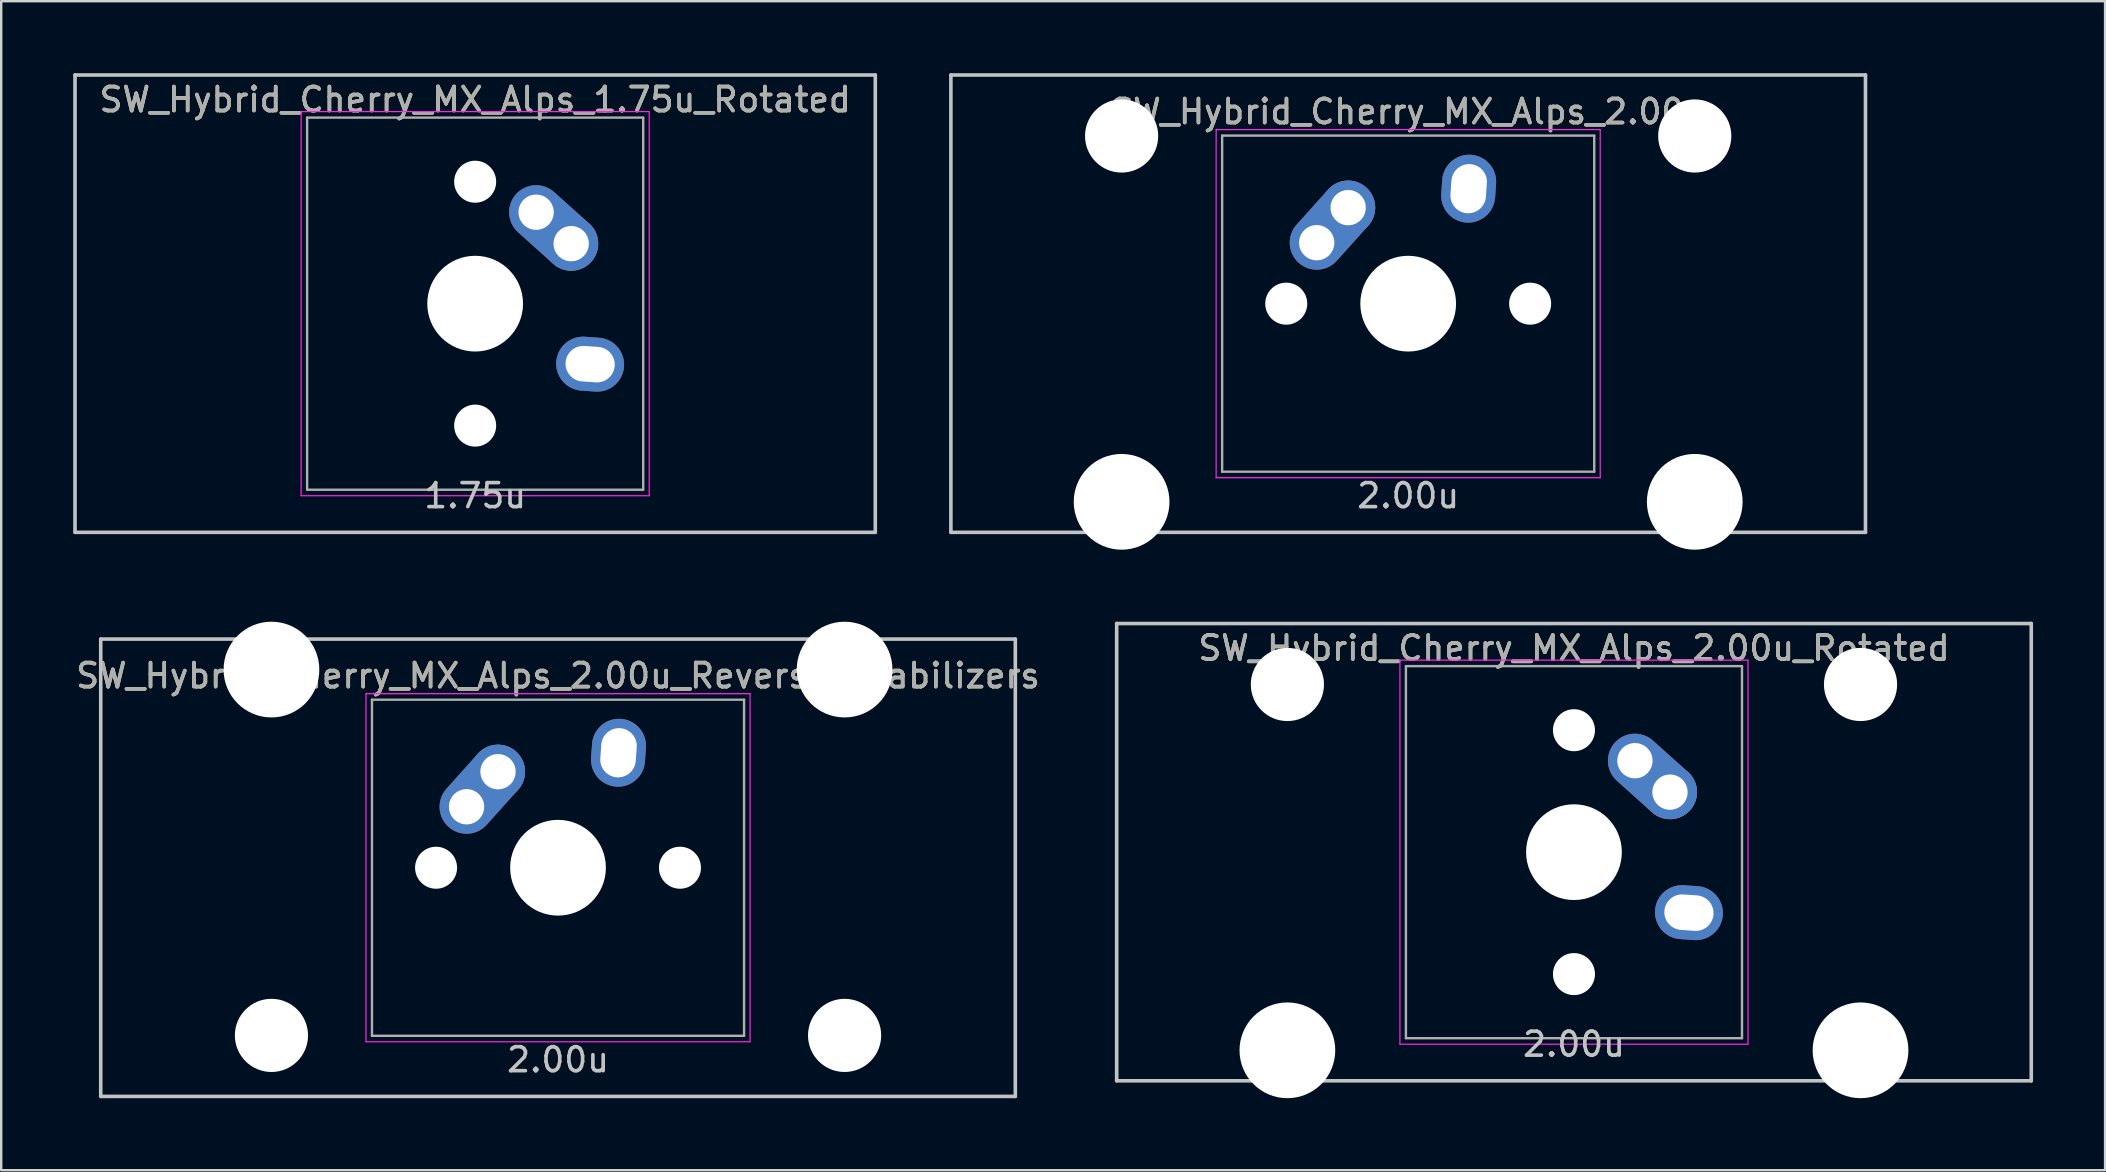
<source format=kicad_pcb>
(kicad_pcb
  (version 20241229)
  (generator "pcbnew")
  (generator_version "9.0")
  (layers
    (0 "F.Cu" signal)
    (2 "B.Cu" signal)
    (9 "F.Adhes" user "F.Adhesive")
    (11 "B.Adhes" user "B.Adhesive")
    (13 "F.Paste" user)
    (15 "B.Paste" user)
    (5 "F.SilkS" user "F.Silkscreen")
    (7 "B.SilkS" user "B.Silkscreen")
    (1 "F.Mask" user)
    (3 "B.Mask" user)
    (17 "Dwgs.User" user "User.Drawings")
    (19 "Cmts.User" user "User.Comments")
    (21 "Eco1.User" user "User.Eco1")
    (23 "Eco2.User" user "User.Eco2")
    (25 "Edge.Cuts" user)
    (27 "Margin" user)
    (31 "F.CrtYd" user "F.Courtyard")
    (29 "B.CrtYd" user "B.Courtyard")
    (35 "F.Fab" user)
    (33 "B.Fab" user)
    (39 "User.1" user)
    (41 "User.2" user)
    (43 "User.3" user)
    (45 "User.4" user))
  (footprint "SW_Hybrid_Cherry_MX_Alps_2.00u_Rotated"
    (layer "F.Cu")
    (at 62.518 32.449)
    (property "Reference" "SW_Hybrid_Cherry_MX_Alps_2.00u_Rotated" (at 0 -8.5 0) (layer "F.SilkS") (effects (font (size 1 1) (thickness 0.15))))
    (attr through_hole)
    (fp_line (start -19.05 -9.525) (end 19.05 -9.525) (stroke (width 0.15) (type solid)) (layer "Dwgs.User"))
    (fp_line (start -19.05 9.525) (end -19.05 -9.525) (stroke (width 0.15) (type solid)) (layer "Dwgs.User"))
    (fp_line (start -19.05 9.525) (end 19.05 9.525) (stroke (width 0.15) (type solid)) (layer "Dwgs.User"))
    (fp_line (start 19.05 -9.525) (end 19.05 9.525) (stroke (width 0.15) (type solid)) (layer "Dwgs.User"))
    (fp_line (start -7.25 -8) (end 7.25 -8) (stroke (width 0.05) (type solid)) (layer "F.CrtYd"))
    (fp_line (start -7.25 8) (end -7.25 -8) (stroke (width 0.05) (type solid)) (layer "F.CrtYd"))
    (fp_line (start 7.25 -8) (end 7.25 8) (stroke (width 0.05) (type solid)) (layer "F.CrtYd"))
    (fp_line (start 7.25 8) (end -7.25 8) (stroke (width 0.05) (type solid)) (layer "F.CrtYd"))
    (fp_line (start -7 -7.75) (end 7 -7.75) (stroke (width 0.1) (type solid)) (layer "F.Fab"))
    (fp_line (start -7 7.75) (end -7 -7.75) (stroke (width 0.1) (type solid)) (layer "F.Fab"))
    (fp_line (start 7 -7.75) (end 7 7.75) (stroke (width 0.1) (type solid)) (layer "F.Fab"))
    (fp_line (start 7 7.75) (end -7 7.75) (stroke (width 0.1) (type solid)) (layer "F.Fab"))
    (fp_text user "2.00u" (at 0 8 0) (layer "Dwgs.User") (effects (font (size 1 1) (thickness 0.15))))
    (fp_text user "${REFERENCE}" (at 0 -8.5 0) (layer "F.Fab") (effects (font (size 1 1) (thickness 0.15))))
    (pad "" np_thru_hole circle (at -11.938 -6.985) (size 3.048 3.048) (drill 3.048) (layers "*.Cu" "*.Mask"))
    (pad "" np_thru_hole circle (at -11.938 8.255) (size 3.988 3.988) (drill 3.988) (layers "*.Cu" "*.Mask"))
    (pad "" np_thru_hole circle (at 0 -5.08 318.1) (size 1.75 1.75) (drill 1.75) (layers "*.Cu" "*.Mask"))
    (pad "" np_thru_hole circle (at 0 0 270) (size 3.988 3.988) (drill 3.988) (layers "*.Cu" "*.Mask"))
    (pad "" np_thru_hole circle (at 0 5.08 318.1) (size 1.75 1.75) (drill 1.75) (layers "*.Cu" "*.Mask"))
    (pad "" np_thru_hole circle (at 11.938 -6.985) (size 3.048 3.048) (drill 3.048) (layers "*.Cu" "*.Mask"))
    (pad "" np_thru_hole circle (at 11.938 8.255) (size 3.988 3.988) (drill 3.988) (layers "*.Cu" "*.Mask"))
    (pad "1" thru_hole oval (at 2.54 -3.81 318.1) (size 4.212 2.25) (drill 1.47 (offset 0.981 0)) (layers "*.Cu" "B.Mask"))
    (pad "1" thru_hole circle (at 4 -2.5 270) (size 2.25 2.25) (drill 1.47) (layers "*.Cu" "B.Mask"))
    (pad "2" thru_hole oval (at 4.79 2.52 356) (size 2.831 2.25) (drill oval 2.051 1.48) (layers "*.Cu" "B.Mask")))
  (footprint "SW_Hybrid_Cherry_MX_Alps_1.75u_Rotated"
    (layer "F.Cu")
    (at 16.744 9.6)
    (property "Reference" "SW_Hybrid_Cherry_MX_Alps_1.75u_Rotated" (at 0 -8.5 0) (layer "F.SilkS") (effects (font (size 1 1) (thickness 0.15))))
    (attr through_hole)
    (fp_line (start -16.669 -9.525) (end 16.669 -9.525) (stroke (width 0.15) (type solid)) (layer "Dwgs.User"))
    (fp_line (start -16.669 9.525) (end -16.669 -9.525) (stroke (width 0.15) (type solid)) (layer "Dwgs.User"))
    (fp_line (start 16.669 -9.525) (end 16.669 9.525) (stroke (width 0.15) (type solid)) (layer "Dwgs.User"))
    (fp_line (start 16.669 9.525) (end -16.669 9.525) (stroke (width 0.15) (type solid)) (layer "Dwgs.User"))
    (fp_line (start -7.25 -8) (end 7.25 -8) (stroke (width 0.05) (type solid)) (layer "F.CrtYd"))
    (fp_line (start -7.25 8) (end -7.25 -8) (stroke (width 0.05) (type solid)) (layer "F.CrtYd"))
    (fp_line (start 7.25 -8) (end 7.25 8) (stroke (width 0.05) (type solid)) (layer "F.CrtYd"))
    (fp_line (start 7.25 8) (end -7.25 8) (stroke (width 0.05) (type solid)) (layer "F.CrtYd"))
    (fp_line (start -7 -7.75) (end 7 -7.75) (stroke (width 0.1) (type solid)) (layer "F.Fab"))
    (fp_line (start -7 7.75) (end -7 -7.75) (stroke (width 0.1) (type solid)) (layer "F.Fab"))
    (fp_line (start 7 -7.75) (end 7 7.75) (stroke (width 0.1) (type solid)) (layer "F.Fab"))
    (fp_line (start 7 7.75) (end -7 7.75) (stroke (width 0.1) (type solid)) (layer "F.Fab"))
    (fp_text user "1.75u" (at 0 8 0) (layer "Dwgs.User") (effects (font (size 1 1) (thickness 0.15))))
    (fp_text user "${REFERENCE}" (at 0 -8.5 0) (layer "F.Fab") (effects (font (size 1 1) (thickness 0.15))))
    (pad "" np_thru_hole circle (at 0 -5.08 318.1) (size 1.75 1.75) (drill 1.75) (layers "*.Cu" "*.Mask"))
    (pad "" np_thru_hole circle (at 0 0 270) (size 3.988 3.988) (drill 3.988) (layers "*.Cu" "*.Mask"))
    (pad "" np_thru_hole circle (at 0 5.08 318.1) (size 1.75 1.75) (drill 1.75) (layers "*.Cu" "*.Mask"))
    (pad "1" thru_hole oval (at 2.54 -3.81 318.1) (size 4.212 2.25) (drill 1.47 (offset 0.981 0)) (layers "*.Cu" "B.Mask"))
    (pad "1" thru_hole circle (at 4 -2.5 270) (size 2.25 2.25) (drill 1.47) (layers "*.Cu" "B.Mask"))
    (pad "2" thru_hole oval (at 4.79 2.52 356) (size 2.831 2.25) (drill oval 2.051 1.48) (layers "*.Cu" "B.Mask")))
  (footprint "SW_Hybrid_Cherry_MX_Alps_2.00u_ReversedStabilizers"
    (layer "F.Cu")
    (at 20.196 33.098)
    (property "Reference" "SW_Hybrid_Cherry_MX_Alps_2.00u_ReversedStabilizers" (at 0 -8 0) (layer "F.SilkS") (effects (font (size 1 1) (thickness 0.15))))
    (attr through_hole)
    (fp_line (start -19.05 -9.525) (end 19.05 -9.525) (stroke (width 0.15) (type solid)) (layer "Dwgs.User"))
    (fp_line (start -19.05 9.525) (end -19.05 -9.525) (stroke (width 0.15) (type solid)) (layer "Dwgs.User"))
    (fp_line (start -19.05 9.525) (end 19.05 9.525) (stroke (width 0.15) (type solid)) (layer "Dwgs.User"))
    (fp_line (start 19.05 -9.525) (end 19.05 9.525) (stroke (width 0.15) (type solid)) (layer "Dwgs.User"))
    (fp_line (start -8 -7.25) (end 8 -7.25) (stroke (width 0.05) (type solid)) (layer "F.CrtYd"))
    (fp_line (start -8 7.25) (end -8 -7.25) (stroke (width 0.05) (type solid)) (layer "F.CrtYd"))
    (fp_line (start 8 -7.25) (end 8 7.25) (stroke (width 0.05) (type solid)) (layer "F.CrtYd"))
    (fp_line (start 8 7.25) (end -8 7.25) (stroke (width 0.05) (type solid)) (layer "F.CrtYd"))
    (fp_line (start -7.75 -7) (end 7.75 -7) (stroke (width 0.1) (type solid)) (layer "F.Fab"))
    (fp_line (start -7.75 7) (end -7.75 -7) (stroke (width 0.1) (type solid)) (layer "F.Fab"))
    (fp_line (start 7.75 -7) (end 7.75 7) (stroke (width 0.1) (type solid)) (layer "F.Fab"))
    (fp_line (start 7.75 7) (end -7.75 7) (stroke (width 0.1) (type solid)) (layer "F.Fab"))
    (fp_text user "2.00u" (at 0 8 0) (layer "Dwgs.User") (effects (font (size 1 1) (thickness 0.15))))
    (fp_text user "${REFERENCE}" (at 0 -8 0) (layer "F.Fab") (effects (font (size 1 1) (thickness 0.15))))
    (pad "" np_thru_hole circle (at -11.938 -8.255) (size 3.988 3.988) (drill 3.988) (layers "*.Cu" "*.Mask"))
    (pad "" np_thru_hole circle (at -11.938 6.985) (size 3.048 3.048) (drill 3.048) (layers "*.Cu" "*.Mask"))
    (pad "" np_thru_hole circle (at -5.08 0 48.1) (size 1.75 1.75) (drill 1.75) (layers "*.Cu" "*.Mask"))
    (pad "" np_thru_hole circle (at 0 0) (size 3.988 3.988) (drill 3.988) (layers "*.Cu" "*.Mask"))
    (pad "" np_thru_hole circle (at 5.08 0 48.1) (size 1.75 1.75) (drill 1.75) (layers "*.Cu" "*.Mask"))
    (pad "" np_thru_hole circle (at 11.938 -8.255) (size 3.988 3.988) (drill 3.988) (layers "*.Cu" "*.Mask"))
    (pad "" np_thru_hole circle (at 11.938 6.985) (size 3.048 3.048) (drill 3.048) (layers "*.Cu" "*.Mask"))
    (pad "1" thru_hole oval (at -3.81 -2.54 48.1) (size 4.212 2.25) (drill 1.47 (offset 0.981 0)) (layers "*.Cu" "B.Mask"))
    (pad "1" thru_hole circle (at -2.5 -4) (size 2.25 2.25) (drill 1.47) (layers "*.Cu" "B.Mask"))
    (pad "2" thru_hole oval (at 2.52 -4.79 86) (size 2.831 2.25) (drill oval 2.051 1.48) (layers "*.Cu" "B.Mask")))
  (footprint "SW_Hybrid_Cherry_MX_Alps_2.00u"
    (layer "F.Cu")
    (at 55.612 9.6)
    (property "Reference" "SW_Hybrid_Cherry_MX_Alps_2.00u" (at 0 -8 0) (layer "F.SilkS") (effects (font (size 1 1) (thickness 0.15))))
    (attr through_hole)
    (fp_line (start -19.05 -9.525) (end 19.05 -9.525) (stroke (width 0.15) (type solid)) (layer "Dwgs.User"))
    (fp_line (start -19.05 9.525) (end -19.05 -9.525) (stroke (width 0.15) (type solid)) (layer "Dwgs.User"))
    (fp_line (start -19.05 9.525) (end 19.05 9.525) (stroke (width 0.15) (type solid)) (layer "Dwgs.User"))
    (fp_line (start 19.05 -9.525) (end 19.05 9.525) (stroke (width 0.15) (type solid)) (layer "Dwgs.User"))
    (fp_line (start -8 -7.25) (end 8 -7.25) (stroke (width 0.05) (type solid)) (layer "F.CrtYd"))
    (fp_line (start -8 7.25) (end -8 -7.25) (stroke (width 0.05) (type solid)) (layer "F.CrtYd"))
    (fp_line (start 8 -7.25) (end 8 7.25) (stroke (width 0.05) (type solid)) (layer "F.CrtYd"))
    (fp_line (start 8 7.25) (end -8 7.25) (stroke (width 0.05) (type solid)) (layer "F.CrtYd"))
    (fp_line (start -7.75 -7) (end 7.75 -7) (stroke (width 0.1) (type solid)) (layer "F.Fab"))
    (fp_line (start -7.75 7) (end -7.75 -7) (stroke (width 0.1) (type solid)) (layer "F.Fab"))
    (fp_line (start 7.75 -7) (end 7.75 7) (stroke (width 0.1) (type solid)) (layer "F.Fab"))
    (fp_line (start 7.75 7) (end -7.75 7) (stroke (width 0.1) (type solid)) (layer "F.Fab"))
    (fp_text user "2.00u" (at 0 8 0) (layer "Dwgs.User") (effects (font (size 1 1) (thickness 0.15))))
    (fp_text user "${REFERENCE}" (at 0 -8 0) (layer "F.Fab") (effects (font (size 1 1) (thickness 0.15))))
    (pad "" np_thru_hole circle (at -11.938 -6.985) (size 3.048 3.048) (drill 3.048) (layers "*.Cu" "*.Mask"))
    (pad "" np_thru_hole circle (at -11.938 8.255) (size 3.988 3.988) (drill 3.988) (layers "*.Cu" "*.Mask"))
    (pad "" np_thru_hole circle (at -5.08 0 48.1) (size 1.75 1.75) (drill 1.75) (layers "*.Cu" "*.Mask"))
    (pad "" np_thru_hole circle (at 0 0) (size 3.988 3.988) (drill 3.988) (layers "*.Cu" "*.Mask"))
    (pad "" np_thru_hole circle (at 5.08 0 48.1) (size 1.75 1.75) (drill 1.75) (layers "*.Cu" "*.Mask"))
    (pad "" np_thru_hole circle (at 11.938 -6.985) (size 3.048 3.048) (drill 3.048) (layers "*.Cu" "*.Mask"))
    (pad "" np_thru_hole circle (at 11.938 8.255) (size 3.988 3.988) (drill 3.988) (layers "*.Cu" "*.Mask"))
    (pad "1" thru_hole oval (at -3.81 -2.54 48.1) (size 4.212 2.25) (drill 1.47 (offset 0.981 0)) (layers "*.Cu" "B.Mask"))
    (pad "1" thru_hole circle (at -2.5 -4) (size 2.25 2.25) (drill 1.47) (layers "*.Cu" "B.Mask"))
    (pad "2" thru_hole oval (at 2.52 -4.79 86) (size 2.831 2.25) (drill oval 2.051 1.48) (layers "*.Cu" "B.Mask")))
  (gr_rect
    (start -3 -3)
    (end 84.643 45.698)
    (stroke (width 0.1) (type default))
    (fill no)
    (layer "Edge.Cuts")))
</source>
